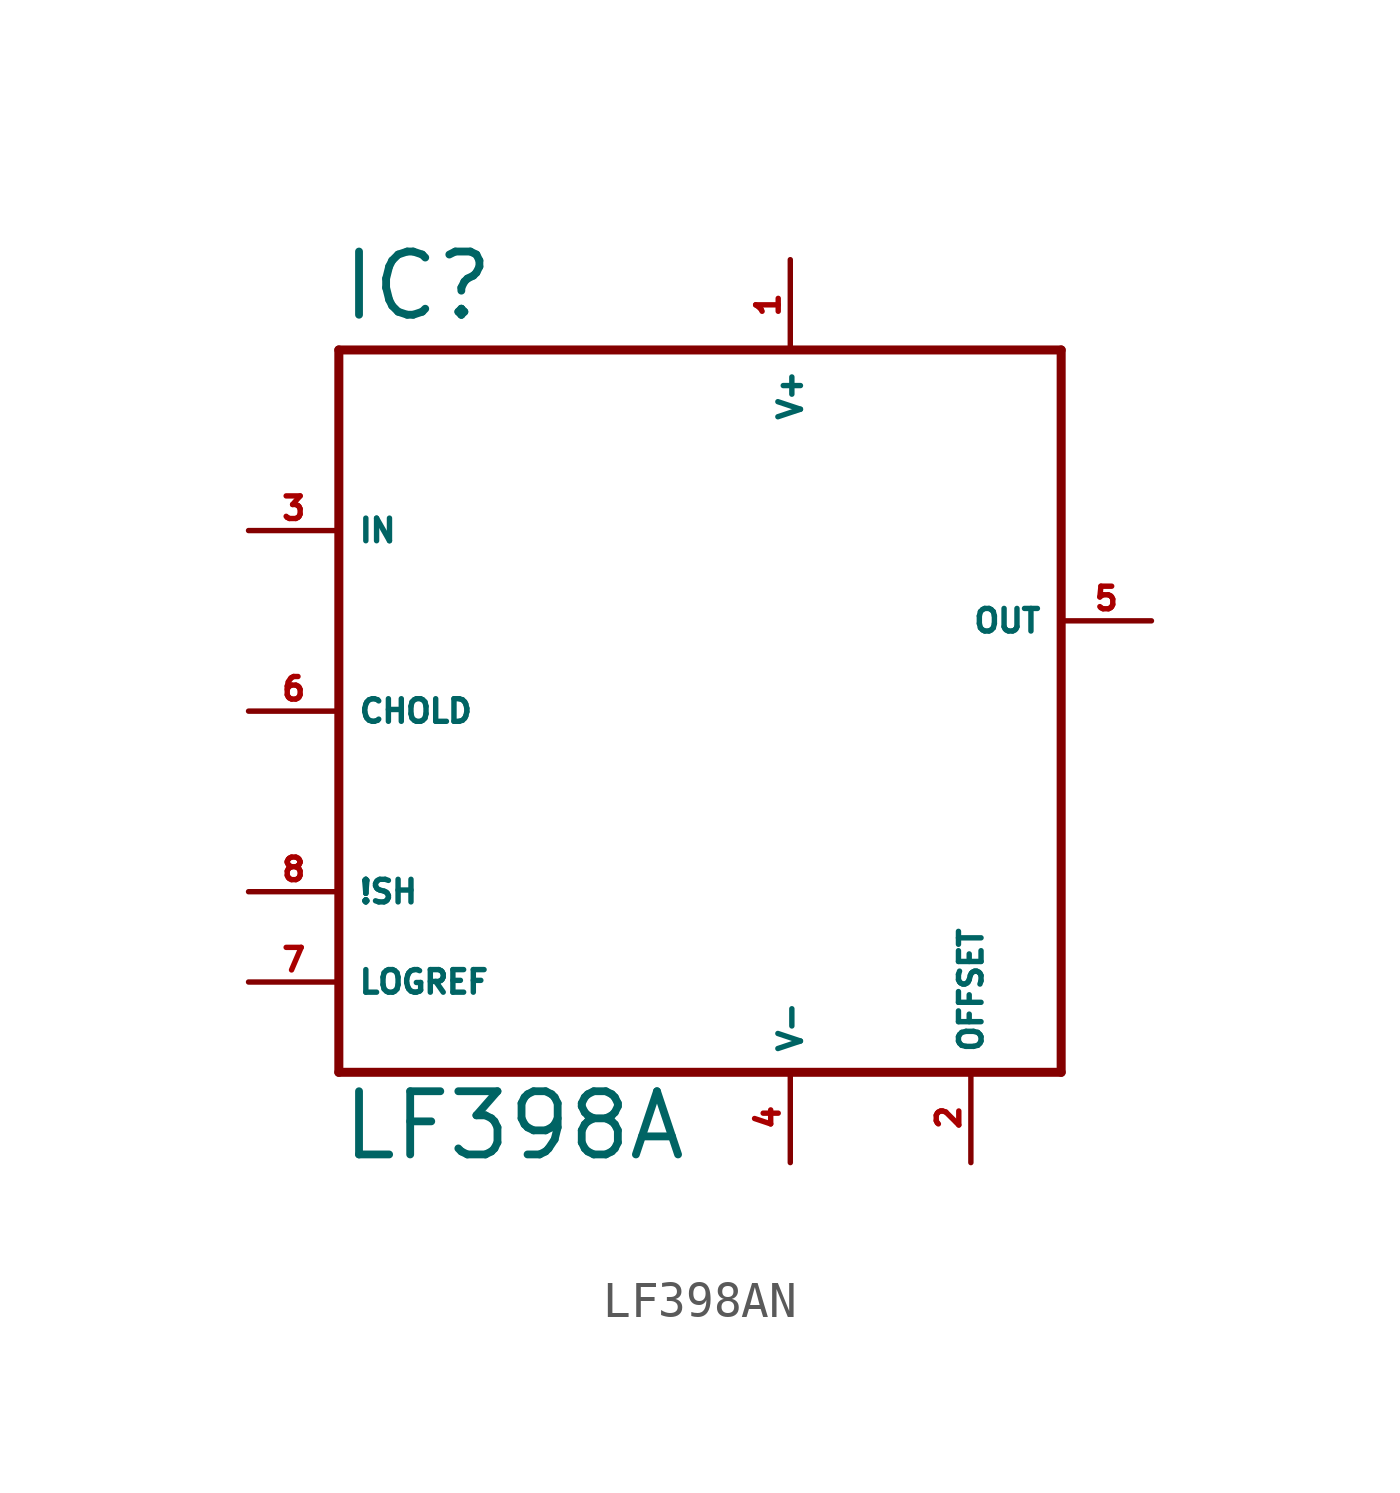
<source format=kicad_sym>
(kicad_symbol_lib
  (version 20220914)
  (generator Eagle2Kicad)
  (symbol "LF398AN"
    (property "Reference" "IC"
      (at -10.16 10.922 0)
      (effects (font (size 1.778 1.778) (thickness 0.22)) (justify left bottom)))
    (property "Value" "LF398A"
      (at -10.16 -12.7 0)
      (effects (font (size 1.778 1.778) (thickness 0.22)) (justify left bottom)))
    (polyline
      (pts (xy -10.16 10.16) (xy -10.16 -10.16))
      (stroke (width 0.254) (type default))
      (fill (type none)))
    (polyline
      (pts (xy -10.16 10.16) (xy 10.16 10.16))
      (stroke (width 0.254) (type default))
      (fill (type none)))
    (polyline
      (pts (xy 10.16 10.16) (xy 10.16 -10.16))
      (stroke (width 0.254) (type default))
      (fill (type none)))
    (polyline
      (pts (xy 10.16 -10.16) (xy -10.16 -10.16))
      (stroke (width 0.254) (type default))
      (fill (type none)))
    (pin input line
      (at -12.7 5.08 0)
      (length 2.54)
      (name "IN" (effects (font (size 0.635 0.635) (thickness 0.08)) (justify left bottom)))
      (number "3" (effects (font (size 0.635 0.635) (thickness 0.08)) (justify left bottom))))
    (pin unspecified line
      (at 2.54 12.7 270)
      (length 2.54)
      (name "V+" (effects (font (size 0.635 0.635) (thickness 0.08)) (justify left bottom)))
      (number "1" (effects (font (size 0.635 0.635) (thickness 0.08)) (justify left bottom))))
    (pin unspecified line
      (at 2.54 -12.7 90)
      (length 2.54)
      (name "V-" (effects (font (size 0.635 0.635) (thickness 0.08)) (justify left bottom)))
      (number "4" (effects (font (size 0.635 0.635) (thickness 0.08)) (justify left bottom))))
    (pin input line
      (at -12.7 -5.08 0)
      (length 2.54)
      (name "!SH" (effects (font (size 0.635 0.635) (thickness 0.08)) (justify left bottom)))
      (number "8" (effects (font (size 0.635 0.635) (thickness 0.08)) (justify left bottom))))
    (pin output line
      (at 12.7 2.54 180)
      (length 2.54)
      (name "OUT" (effects (font (size 0.635 0.635) (thickness 0.08)) (justify left bottom)))
      (number "5" (effects (font (size 0.635 0.635) (thickness 0.08)) (justify left bottom))))
    (pin unspecified line
      (at -12.7 -7.62 0)
      (length 2.54)
      (name "LOGREF" (effects (font (size 0.635 0.635) (thickness 0.08)) (justify left bottom)))
      (number "7" (effects (font (size 0.635 0.635) (thickness 0.08)) (justify left bottom))))
    (pin input line
      (at 7.62 -12.7 90)
      (length 2.54)
      (name "OFFSET" (effects (font (size 0.635 0.635) (thickness 0.08)) (justify left bottom)))
      (number "2" (effects (font (size 0.635 0.635) (thickness 0.08)) (justify left bottom))))
    (pin passive line
      (at -12.7 0 0)
      (length 2.54)
      (name "CHOLD" (effects (font (size 0.635 0.635) (thickness 0.08)) (justify left bottom)))
      (number "6" (effects (font (size 0.635 0.635) (thickness 0.08)) (justify left bottom))))))
</source>
